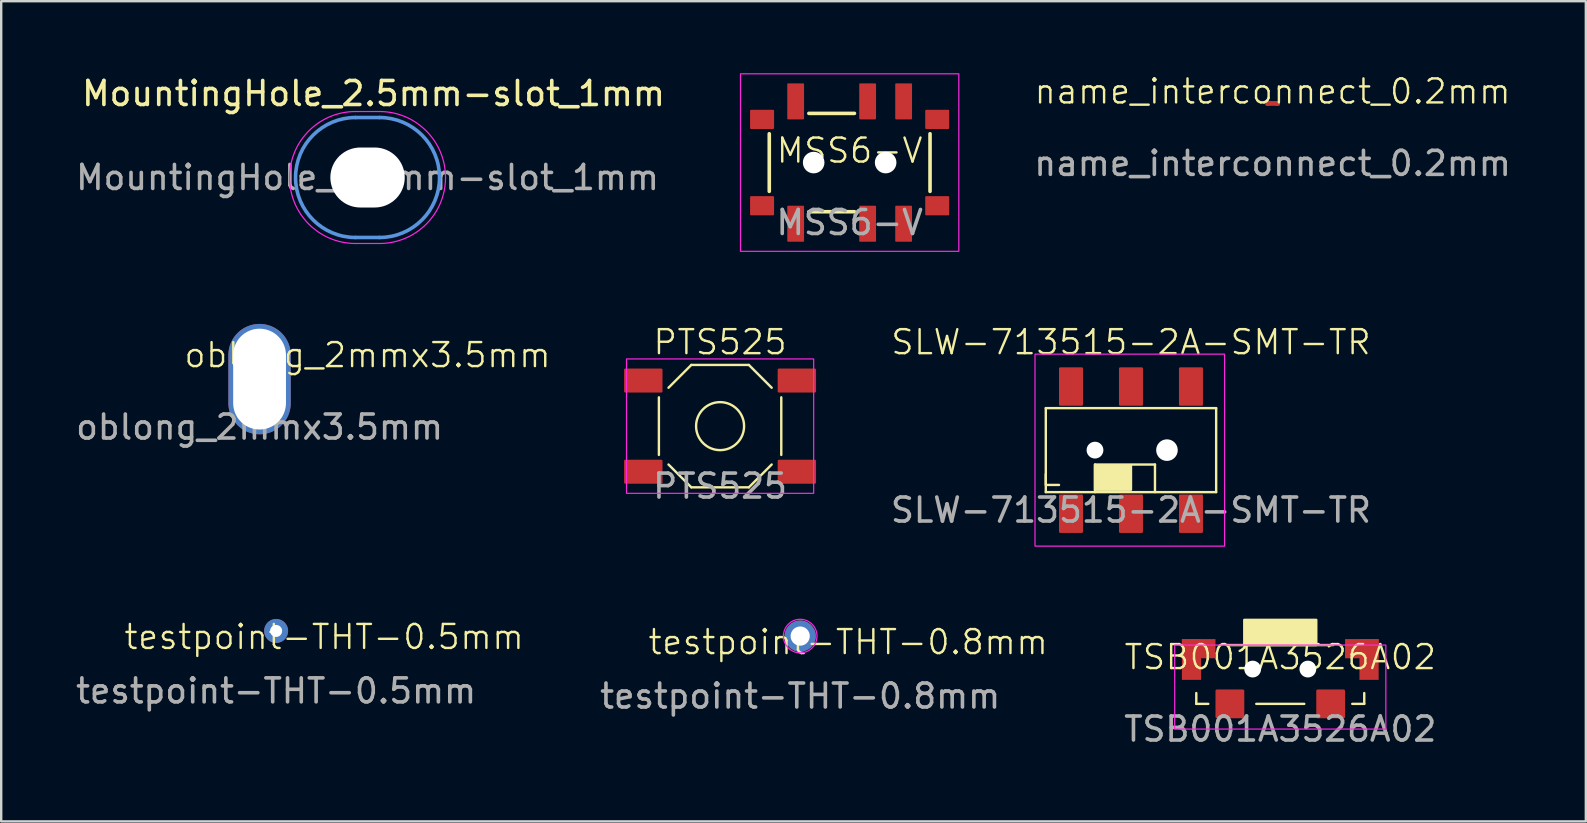
<source format=kicad_pcb>
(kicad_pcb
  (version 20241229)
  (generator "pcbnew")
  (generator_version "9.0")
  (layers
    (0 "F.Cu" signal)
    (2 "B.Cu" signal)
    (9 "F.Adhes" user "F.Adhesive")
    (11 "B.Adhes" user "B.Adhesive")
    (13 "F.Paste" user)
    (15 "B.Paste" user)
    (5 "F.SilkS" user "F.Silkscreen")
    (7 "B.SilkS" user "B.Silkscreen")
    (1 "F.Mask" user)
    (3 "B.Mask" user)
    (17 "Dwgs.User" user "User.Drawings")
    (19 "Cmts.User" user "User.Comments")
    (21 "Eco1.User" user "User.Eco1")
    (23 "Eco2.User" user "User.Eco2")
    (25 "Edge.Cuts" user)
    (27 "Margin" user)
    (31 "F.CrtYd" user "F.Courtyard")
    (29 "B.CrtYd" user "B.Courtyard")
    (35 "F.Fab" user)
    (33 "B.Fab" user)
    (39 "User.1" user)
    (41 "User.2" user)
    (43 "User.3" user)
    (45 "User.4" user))
  (footprint "testpoint-THT-0.8mm"
    (layer "F.Cu")
    (at 30.3 23.46)
    (property "Reference" "testpoint-THT-0.8mm" (at 2 0.25 0) (unlocked yes) (layer "F.SilkS") (effects (font (size 1 1) (thickness 0.1))))
    (attr through_hole exclude_from_bom)
    (fp_circle (center 0 0) (end 0.7 0) (stroke (width 0.05) (type default)) (fill no) (layer "F.CrtYd"))
    (fp_text user "${REFERENCE}" (at 0 2.5 0) (unlocked yes) (layer "F.Fab") (effects (font (size 1 1) (thickness 0.15))))
    (pad "1" thru_hole circle (at 0 0) (size 1.3 1.3) (drill 0.8) (layers "*.Cu" "*.Mask")))
  (footprint "PTS525"
    (layer "F.Cu")
    (at 26.961 14.71)
    (property "Reference" "PTS525" (at 0 -3.5 0) (unlocked yes) (layer "F.SilkS") (effects (font (size 1 1) (thickness 0.1))))
    (attr smd)
    (fp_line (start -2.55 -1.2) (end -2.55 1.2) (stroke (width 0.1) (type default)) (layer "F.SilkS"))
    (fp_line (start -1.2 -2.55) (end -2.15 -1.6) (stroke (width 0.1) (type default)) (layer "F.SilkS"))
    (fp_line (start -1.2 -2.55) (end 1.2 -2.55) (stroke (width 0.1) (type default)) (layer "F.SilkS"))
    (fp_line (start -1.2 2.55) (end -2.15 1.6) (stroke (width 0.1) (type default)) (layer "F.SilkS"))
    (fp_line (start 1.2 -2.55) (end 2.15 -1.6) (stroke (width 0.1) (type default)) (layer "F.SilkS"))
    (fp_line (start 1.2 2.55) (end -1.2 2.55) (stroke (width 0.1) (type default)) (layer "F.SilkS"))
    (fp_line (start 1.2 2.55) (end 2.15 1.6) (stroke (width 0.1) (type default)) (layer "F.SilkS"))
    (fp_line (start 2.55 -1.2) (end 2.55 1.2) (stroke (width 0.1) (type default)) (layer "F.SilkS"))
    (fp_circle (center 0 0) (end 1 0) (stroke (width 0.1) (type default)) (fill no) (layer "F.SilkS"))
    (fp_rect (start -3.9 -2.8) (end 3.9 2.8) (stroke (width 0.05) (type default)) (fill no) (layer "F.CrtYd"))
    (fp_text user "${REFERENCE}" (at 0 2.5 0) (unlocked yes) (layer "F.Fab") (effects (font (size 1 1) (thickness 0.15))))
    (pad "A" smd roundrect (at -3.2 -1.9) (size 1.6 1) (layers "F.Cu" "F.Mask" "F.Paste") (roundrect_rratio 0.05))
    (pad "A" smd roundrect (at 3.2 -1.9) (size 1.6 1) (layers "F.Cu" "F.Mask" "F.Paste") (roundrect_rratio 0.05))
    (pad "B" smd roundrect (at -3.2 1.9) (size 1.6 1) (layers "F.Cu" "F.Mask" "F.Paste") (roundrect_rratio 0.05))
    (pad "B" smd roundrect (at 3.2 1.9) (size 1.6 1) (layers "F.Cu" "F.Mask" "F.Paste") (roundrect_rratio 0.05)))
  (footprint "MountingHole_2.5mm-slot_1mm"
    (layer "F.Cu")
    (at 12.268 4.348)
    (property "Reference" "MountingHole_2.5mm-slot_1mm" (at 0.25 -3.5 0) (layer "F.SilkS") (effects (font (size 1 1) (thickness 0.15))))
    (attr exclude_from_pos_files)
    (fp_line (start -0.5 -2.5) (end 0.5 -2.5) (stroke (width 0.15) (type default)) (layer "Cmts.User"))
    (fp_line (start 0.5 2.5) (end -0.5 2.5) (stroke (width 0.15) (type default)) (layer "Cmts.User"))
    (fp_arc (start -0.5 2.5) (mid -3 0) (end -0.5 -2.5) (stroke (width 0.15) (type default)) (layer "Cmts.User"))
    (fp_arc (start 0.5 -2.5) (mid 3 0) (end 0.5 2.5) (stroke (width 0.15) (type default)) (layer "Cmts.User"))
    (fp_line (start -0.5 2.75) (end 0.5 2.75) (stroke (width 0.05) (type default)) (layer "F.CrtYd"))
    (fp_line (start 0.5 -2.75) (end -0.5 -2.75) (stroke (width 0.05) (type default)) (layer "F.CrtYd"))
    (fp_arc (start -0.5 2.75) (mid -3.25 0) (end -0.5 -2.75) (stroke (width 0.05) (type default)) (layer "F.CrtYd"))
    (fp_arc (start 0.5 -2.75) (mid 3.25 0) (end 0.5 2.75) (stroke (width 0.05) (type default)) (layer "F.CrtYd"))
    (fp_text user "${REFERENCE}" (at 0 0 0) (layer "F.Fab") (effects (font (size 1 1) (thickness 0.15))))
    (pad "" np_thru_hole oval (at 0 0) (size 3.1 2.5) (drill oval 3.1 2.5) (layers "*.Cu" "*.Mask")))
  (footprint "SLW-713515-2A-SMT-TR"
    (layer "F.Cu")
    (at 44.086 15.71)
    (property "Reference" "SLW-713515-2A-SMT-TR" (at 0 -4.5 0) (unlocked yes) (layer "F.SilkS") (effects (font (size 1 1) (thickness 0.1))))
    (attr smd)
    (fp_line (start -3.55 -1.75) (end -3.55 1.75) (stroke (width 0.1) (type default)) (layer "F.SilkS"))
    (fp_line (start -3.55 -1.75) (end 3.55 -1.75) (stroke (width 0.1) (type default)) (layer "F.SilkS"))
    (fp_line (start -3.55 1.45) (end -3.55 1) (stroke (width 0.1) (type default)) (layer "F.SilkS"))
    (fp_line (start -3 1.45) (end -3.5 1.45) (stroke (width 0.1) (type default)) (layer "F.SilkS"))
    (fp_line (start -1.5 0.6) (end -1.5 1.75) (stroke (width 0.1) (type default)) (layer "F.SilkS"))
    (fp_line (start -1.5 0.6) (end 1 0.6) (stroke (width 0.1) (type default)) (layer "F.SilkS"))
    (fp_line (start 1 0.6) (end 1 1.75) (stroke (width 0.1) (type default)) (layer "F.SilkS"))
    (fp_line (start 3.55 1.75) (end -3.55 1.75) (stroke (width 0.1) (type default)) (layer "F.SilkS"))
    (fp_line (start 3.55 1.75) (end 3.55 -1.75) (stroke (width 0.1) (type default)) (layer "F.SilkS"))
    (fp_rect (start -1.5 0.65) (end 0 1.65) (stroke (width 0.1) (type solid)) (fill yes) (layer "F.SilkS"))
    (fp_rect (start -4 -4) (end 3.9 4) (stroke (width 0.05) (type default)) (fill no) (layer "F.CrtYd"))
    (fp_text user "${REFERENCE}" (at 0 2.5 0) (unlocked yes) (layer "F.Fab") (effects (font (size 1 1) (thickness 0.15))))
    (pad "" np_thru_hole circle (at -1.5 0) (size 0.7 0.7) (drill 1) (layers "*.Cu" "*.Mask"))
    (pad "" np_thru_hole circle (at 1.5 0) (size 0.9 0.9) (drill 1) (layers "*.Cu" "*.Mask"))
    (pad "1" smd roundrect (at -2.5 -2.65) (size 1 1.6) (layers "F.Cu" "F.Mask" "F.Paste") (roundrect_rratio 0.05))
    (pad "2" smd roundrect (at 0 -2.65) (size 1 1.6) (layers "F.Cu" "F.Mask" "F.Paste") (roundrect_rratio 0.05))
    (pad "3" smd roundrect (at 2.5 -2.65) (size 1 1.6) (layers "F.Cu" "F.Mask" "F.Paste") (roundrect_rratio 0.05))
    (pad "4" smd roundrect (at -2.5 2.65) (size 1 1.6) (layers "F.Cu" "F.Mask" "F.Paste") (roundrect_rratio 0.05))
    (pad "5" smd roundrect (at 0 2.65) (size 1 1.6) (layers "F.Cu" "F.Mask" "F.Paste") (roundrect_rratio 0.05))
    (pad "6" smd roundrect (at 2.5 2.65) (size 1 1.6) (layers "F.Cu" "F.Mask" "F.Paste") (roundrect_rratio 0.05)))
  (footprint "oblong_2mmx3.5mm"
    (layer "F.Cu")
    (at 7.768 12.25)
    (property "Reference" "oblong_2mmx3.5mm" (at 4.5 -0.5 0) (unlocked yes) (layer "F.SilkS") (effects (font (size 1 1) (thickness 0.1))))
    (attr smd)
    (fp_text user "${REFERENCE}" (at 0 2.5 0) (unlocked yes) (layer "F.Fab") (effects (font (size 1 1) (thickness 0.15))))
    (pad "1" thru_hole oval (at 0 0.5) (size 2.6 4.6) (drill oval 2.2 4.2) (layers "*.Cu" "*.Mask")))
  (footprint "TSB001A3526A02"
    (layer "F.Cu")
    (at 50.308 24.835)
    (property "Reference" "TSB001A3526A02" (at 0 -0.5 0) (unlocked yes) (layer "F.SilkS") (effects (font (size 1 1) (thickness 0.1))))
    (attr smd)
    (fp_line (start -3.5 1.45) (end -3.5 1) (stroke (width 0.1) (type default)) (layer "F.SilkS"))
    (fp_line (start -3 1.45) (end -3.5 1.45) (stroke (width 0.1) (type default)) (layer "F.SilkS"))
    (fp_line (start -2.2 -1) (end 2.2 -1) (stroke (width 0.1) (type default)) (layer "F.SilkS"))
    (fp_line (start -1 1.45) (end 1 1.45) (stroke (width 0.1) (type default)) (layer "F.SilkS"))
    (fp_line (start 3.5 1) (end 3.5 1.45) (stroke (width 0.1) (type default)) (layer "F.SilkS"))
    (fp_line (start 3.5 1.45) (end 3 1.45) (stroke (width 0.1) (type default)) (layer "F.SilkS"))
    (fp_rect (start -1.5 -2.05) (end 1.5 -1) (stroke (width 0.1) (type solid)) (fill yes) (layer "F.SilkS"))
    (fp_rect (start -4.4 -1) (end 4.4 2.5) (stroke (width 0.05) (type default)) (fill no) (layer "F.CrtYd"))
    (fp_text user "${REFERENCE}" (at 0 2.5 0) (unlocked yes) (layer "F.Fab") (effects (font (size 1 1) (thickness 0.15))))
    (pad "" np_thru_hole circle (at -1.15 0) (size 0.7 0.7) (drill 0.8) (layers "*.Cu" "*.Mask"))
    (pad "" np_thru_hole circle (at 1.15 0) (size 0.7 0.7) (drill 0.8) (layers "*.Cu" "*.Mask"))
    (pad "1" smd roundrect (at -2.1 1.45) (size 1.2 1.2) (layers "F.Cu" "F.Mask" "F.Paste") (roundrect_rratio 0.05))
    (pad "2" smd roundrect (at 2.1 1.45) (size 1.2 1.2) (layers "F.Cu" "F.Mask" "F.Paste") (roundrect_rratio 0.05))
    (pad "NC" smd rect (at -3.7 -0.4) (size 0.8 1.7) (layers "F.Cu" "F.Mask" "F.Paste"))
    (pad "NC" smd rect (at -3.4 -0.85) (size 1.4 0.8) (layers "F.Cu" "F.Mask" "F.Paste"))
    (pad "NC" smd rect (at 3.4 -0.85) (size 1.4 0.8) (layers "F.Cu" "F.Mask" "F.Paste"))
    (pad "NC" smd rect (at 3.7 -0.4) (size 0.8 1.7) (layers "F.Cu" "F.Mask" "F.Paste")))
  (footprint "MSS6-V"
    (layer "F.Cu")
    (at 32.361 3.725)
    (property "Reference" "MSS6-V" (at 0 -0.5 0) (unlocked yes) (layer "F.SilkS") (effects (font (size 1 1) (thickness 0.1))))
    (attr smd)
    (fp_line (start -3.35 -1.2) (end -3.35 1.2) (stroke (width 0.15) (type default)) (layer "F.SilkS"))
    (fp_line (start -1.7 -2.05) (end 0.2 -2.05) (stroke (width 0.15) (type default)) (layer "F.SilkS"))
    (fp_line (start -1.7 2.05) (end 0.2 2.05) (stroke (width 0.15) (type default)) (layer "F.SilkS"))
    (fp_line (start 3.35 -1.2) (end 3.35 1.2) (stroke (width 0.15) (type default)) (layer "F.SilkS"))
    (fp_rect (start -4.55 -3.7) (end 4.55 3.7) (stroke (width 0.05) (type default)) (fill no) (layer "F.CrtYd"))
    (fp_text user "${REFERENCE}" (at 0 2.5 0) (unlocked yes) (layer "F.Fab") (effects (font (size 1 1) (thickness 0.15))))
    (pad "" np_thru_hole circle (at -1.5 0) (size 0.9 0.9) (drill 0.9) (layers "*.Cu" "*.Mask"))
    (pad "" np_thru_hole circle (at 1.5 0) (size 0.9 0.9) (drill 0.9) (layers "*.Cu" "*.Mask"))
    (pad "A" smd roundrect (at -2.25 -2.55) (size 0.7 1.5) (layers "F.Cu" "F.Mask" "F.Paste") (roundrect_rratio 0.05))
    (pad "B" smd roundrect (at 0.75 -2.55) (size 0.7 1.5) (layers "F.Cu" "F.Mask" "F.Paste") (roundrect_rratio 0.05))
    (pad "C" smd roundrect (at 2.25 -2.55) (size 0.7 1.5) (layers "F.Cu" "F.Mask" "F.Paste") (roundrect_rratio 0.05))
    (pad "D" smd roundrect (at -2.25 2.55) (size 0.7 1.5) (layers "F.Cu" "F.Mask" "F.Paste") (roundrect_rratio 0.05))
    (pad "E" smd roundrect (at 0.75 2.55) (size 0.7 1.5) (layers "F.Cu" "F.Mask" "F.Paste") (roundrect_rratio 0.05))
    (pad "F" smd roundrect (at 2.25 2.55) (size 0.7 1.5) (layers "F.Cu" "F.Mask" "F.Paste") (roundrect_rratio 0.05))
    (pad "fix" smd roundrect (at -3.65 -1.8) (size 1 0.8) (layers "F.Cu" "F.Mask" "F.Paste") (roundrect_rratio 0.05))
    (pad "fix" smd roundrect (at -3.65 1.8) (size 1 0.8) (layers "F.Cu" "F.Mask" "F.Paste") (roundrect_rratio 0.05))
    (pad "fix" smd roundrect (at 3.65 -1.8) (size 1 0.8) (layers "F.Cu" "F.Mask" "F.Paste") (roundrect_rratio 0.05))
    (pad "fix" smd roundrect (at 3.65 1.8) (size 1 0.8) (layers "F.Cu" "F.Mask" "F.Paste") (roundrect_rratio 0.05)))
  (footprint "name_interconnect_0.2mm"
    (layer "F.Cu")
    (at 49.989 1.26)
    (property "Reference" "name_interconnect_0.2mm" (at 0 -0.5 0) (unlocked yes) (layer "F.SilkS") (effects (font (size 1 1) (thickness 0.1))))
    (attr smd)
    (fp_line (start -0.2 0) (end 0.2 0) (stroke (width 0.2) (type default)) (layer "F.Cu"))
    (fp_text user "${REFERENCE}" (at 0 2.5 0) (unlocked yes) (layer "F.Fab") (effects (font (size 1 1) (thickness 0.15))))
    (pad "1" smd roundrect (at -0.2 0) (size 0.2 0.2) (layers "F.Cu") (roundrect_rratio 0.25))
    (pad "2" smd roundrect (at 0.2 0) (size 0.2 0.2) (layers "F.Cu") (roundrect_rratio 0.25)))
  (footprint "testpoint-THT-0.5mm"
    (layer "F.Cu")
    (at 8.458 23.246)
    (property "Reference" "testpoint-THT-0.5mm" (at 2 0.25 0) (unlocked yes) (layer "F.SilkS") (effects (font (size 1 1) (thickness 0.1))))
    (attr through_hole exclude_from_bom)
    (fp_text user "${REFERENCE}" (at 0 2.5 0) (unlocked yes) (layer "F.Fab") (effects (font (size 1 1) (thickness 0.15))))
    (pad "1" thru_hole circle (at 0 0) (size 1 1) (drill 0.5) (layers "*.Cu" "*.Mask")))
  (gr_rect
    (start -3 -3)
    (end 63.043 31.184)
    (stroke (width 0.1) (type default))
    (fill no)
    (layer "Edge.Cuts")))
</source>
